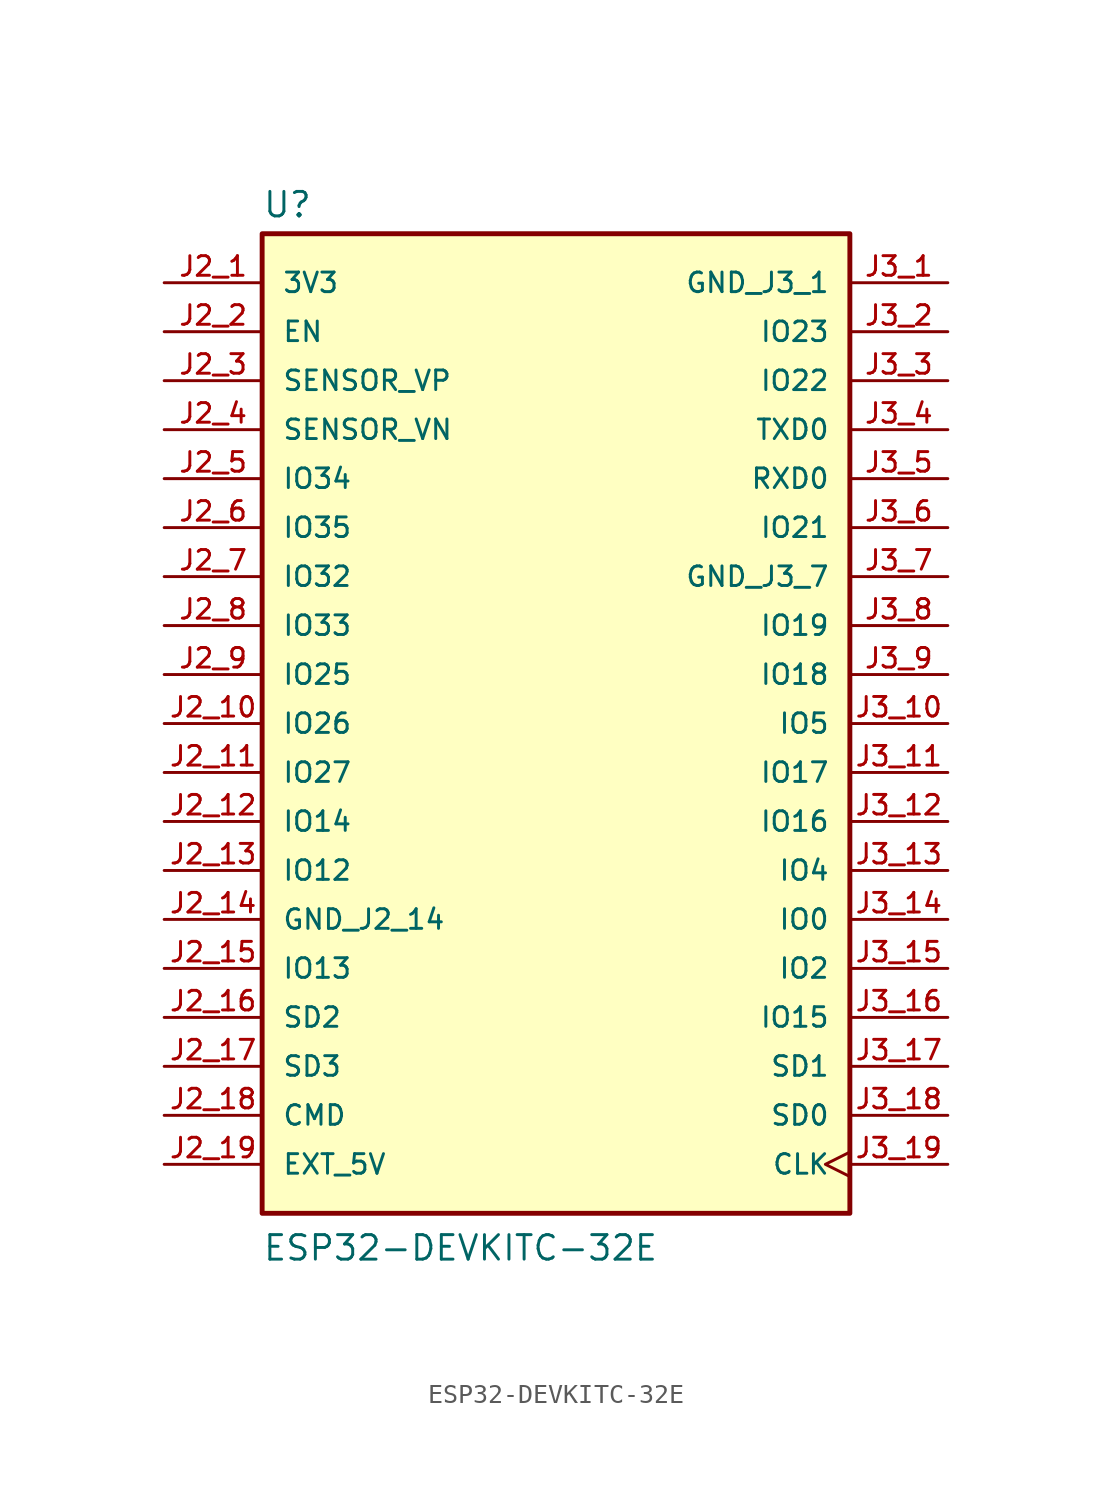
<source format=kicad_sym>
(kicad_symbol_lib
  (version 20241209)
  (generator "kicad_symbol_editor")
  (generator_version "9.0")
  (symbol "ESP32-DEVKITC-32E"
    (pin_names
      (offset 1.016))
    (property "Reference" "U"
      (at -15.24 26.162 0)
      (effects (font (size 1.27 1.27)) (justify left bottom)))
    (property "Value" "ESP32-DEVKITC-32E"
      (at -15.24 -27.94 0)
      (effects (font (size 1.27 1.27)) (justify left bottom)))
    (symbol "ESP32-DEVKITC-32E_0_0"
      (rectangle (start -15.24 -25.4) (end 15.24 25.4) (stroke (width 0.254) (type default)) (fill (type background)))
      (pin power_in line (at -20.32 22.86 0) (length 5.08) (name "3V3" (effects (font (size 1.016 1.016)))) (number "J2_1" (effects (font (size 1.016 1.016)))))
      (pin input line (at -20.32 20.32 0) (length 5.08) (name "EN" (effects (font (size 1.016 1.016)))) (number "J2_2" (effects (font (size 1.016 1.016)))))
      (pin bidirectional line (at -20.32 17.78 0) (length 5.08) (name "SENSOR_VP" (effects (font (size 1.016 1.016)))) (number "J2_3" (effects (font (size 1.016 1.016)))))
      (pin bidirectional line (at -20.32 15.24 0) (length 5.08) (name "SENSOR_VN" (effects (font (size 1.016 1.016)))) (number "J2_4" (effects (font (size 1.016 1.016)))))
      (pin bidirectional line (at -20.32 12.7 0) (length 5.08) (name "IO34" (effects (font (size 1.016 1.016)))) (number "J2_5" (effects (font (size 1.016 1.016)))))
      (pin bidirectional line (at -20.32 10.16 0) (length 5.08) (name "IO35" (effects (font (size 1.016 1.016)))) (number "J2_6" (effects (font (size 1.016 1.016)))))
      (pin bidirectional line (at -20.32 7.62 0) (length 5.08) (name "IO32" (effects (font (size 1.016 1.016)))) (number "J2_7" (effects (font (size 1.016 1.016)))))
      (pin bidirectional line (at -20.32 5.08 0) (length 5.08) (name "IO33" (effects (font (size 1.016 1.016)))) (number "J2_8" (effects (font (size 1.016 1.016)))))
      (pin bidirectional line (at -20.32 2.54 0) (length 5.08) (name "IO25" (effects (font (size 1.016 1.016)))) (number "J2_9" (effects (font (size 1.016 1.016)))))
      (pin bidirectional line (at -20.32 0 0) (length 5.08) (name "IO26" (effects (font (size 1.016 1.016)))) (number "J2_10" (effects (font (size 1.016 1.016)))))
      (pin bidirectional line (at -20.32 -2.54 0) (length 5.08) (name "IO27" (effects (font (size 1.016 1.016)))) (number "J2_11" (effects (font (size 1.016 1.016)))))
      (pin bidirectional line (at -20.32 -5.08 0) (length 5.08) (name "IO14" (effects (font (size 1.016 1.016)))) (number "J2_12" (effects (font (size 1.016 1.016)))))
      (pin bidirectional line (at -20.32 -7.62 0) (length 5.08) (name "IO12" (effects (font (size 1.016 1.016)))) (number "J2_13" (effects (font (size 1.016 1.016)))))
      (pin power_in line (at -20.32 -10.16 0) (length 5.08) (name "GND_J2_14" (effects (font (size 1.016 1.016)))) (number "J2_14" (effects (font (size 1.016 1.016)))))
      (pin bidirectional line (at -20.32 -12.7 0) (length 5.08) (name "IO13" (effects (font (size 1.016 1.016)))) (number "J2_15" (effects (font (size 1.016 1.016)))))
      (pin bidirectional line (at -20.32 -15.24 0) (length 5.08) (name "SD2" (effects (font (size 1.016 1.016)))) (number "J2_16" (effects (font (size 1.016 1.016)))))
      (pin bidirectional line (at -20.32 -17.78 0) (length 5.08) (name "SD3" (effects (font (size 1.016 1.016)))) (number "J2_17" (effects (font (size 1.016 1.016)))))
      (pin bidirectional line (at -20.32 -20.32 0) (length 5.08) (name "CMD" (effects (font (size 1.016 1.016)))) (number "J2_18" (effects (font (size 1.016 1.016)))))
      (pin power_in line (at -20.32 -22.86 0) (length 5.08) (name "EXT_5V" (effects (font (size 1.016 1.016)))) (number "J2_19" (effects (font (size 1.016 1.016)))))
      (pin power_in line (at 20.32 22.86 180) (length 5.08) (name "GND_J3_1" (effects (font (size 1.016 1.016)))) (number "J3_1" (effects (font (size 1.016 1.016)))))
      (pin bidirectional line (at 20.32 20.32 180) (length 5.08) (name "IO23" (effects (font (size 1.016 1.016)))) (number "J3_2" (effects (font (size 1.016 1.016)))))
      (pin bidirectional line (at 20.32 17.78 180) (length 5.08) (name "IO22" (effects (font (size 1.016 1.016)))) (number "J3_3" (effects (font (size 1.016 1.016)))))
      (pin bidirectional line (at 20.32 15.24 180) (length 5.08) (name "TXD0" (effects (font (size 1.016 1.016)))) (number "J3_4" (effects (font (size 1.016 1.016)))))
      (pin bidirectional line (at 20.32 12.7 180) (length 5.08) (name "RXD0" (effects (font (size 1.016 1.016)))) (number "J3_5" (effects (font (size 1.016 1.016)))))
      (pin bidirectional line (at 20.32 10.16 180) (length 5.08) (name "IO21" (effects (font (size 1.016 1.016)))) (number "J3_6" (effects (font (size 1.016 1.016)))))
      (pin power_in line (at 20.32 7.62 180) (length 5.08) (name "GND_J3_7" (effects (font (size 1.016 1.016)))) (number "J3_7" (effects (font (size 1.016 1.016)))))
      (pin bidirectional line (at 20.32 5.08 180) (length 5.08) (name "IO19" (effects (font (size 1.016 1.016)))) (number "J3_8" (effects (font (size 1.016 1.016)))))
      (pin bidirectional line (at 20.32 2.54 180) (length 5.08) (name "IO18" (effects (font (size 1.016 1.016)))) (number "J3_9" (effects (font (size 1.016 1.016)))))
      (pin bidirectional line (at 20.32 0 180) (length 5.08) (name "IO5" (effects (font (size 1.016 1.016)))) (number "J3_10" (effects (font (size 1.016 1.016)))))
      (pin bidirectional line (at 20.32 -2.54 180) (length 5.08) (name "IO17" (effects (font (size 1.016 1.016)))) (number "J3_11" (effects (font (size 1.016 1.016)))))
      (pin bidirectional line (at 20.32 -5.08 180) (length 5.08) (name "IO16" (effects (font (size 1.016 1.016)))) (number "J3_12" (effects (font (size 1.016 1.016)))))
      (pin bidirectional line (at 20.32 -7.62 180) (length 5.08) (name "IO4" (effects (font (size 1.016 1.016)))) (number "J3_13" (effects (font (size 1.016 1.016)))))
      (pin bidirectional line (at 20.32 -10.16 180) (length 5.08) (name "IO0" (effects (font (size 1.016 1.016)))) (number "J3_14" (effects (font (size 1.016 1.016)))))
      (pin bidirectional line (at 20.32 -12.7 180) (length 5.08) (name "IO2" (effects (font (size 1.016 1.016)))) (number "J3_15" (effects (font (size 1.016 1.016)))))
      (pin bidirectional line (at 20.32 -15.24 180) (length 5.08) (name "IO15" (effects (font (size 1.016 1.016)))) (number "J3_16" (effects (font (size 1.016 1.016)))))
      (pin bidirectional line (at 20.32 -17.78 180) (length 5.08) (name "SD1" (effects (font (size 1.016 1.016)))) (number "J3_17" (effects (font (size 1.016 1.016)))))
      (pin bidirectional line (at 20.32 -20.32 180) (length 5.08) (name "SD0" (effects (font (size 1.016 1.016)))) (number "J3_18" (effects (font (size 1.016 1.016)))))
      (pin bidirectional clock (at 20.32 -22.86 180) (length 5.08) (name "CLK" (effects (font (size 1.016 1.016)))) (number "J3_19" (effects (font (size 1.016 1.016))))))))
</source>
